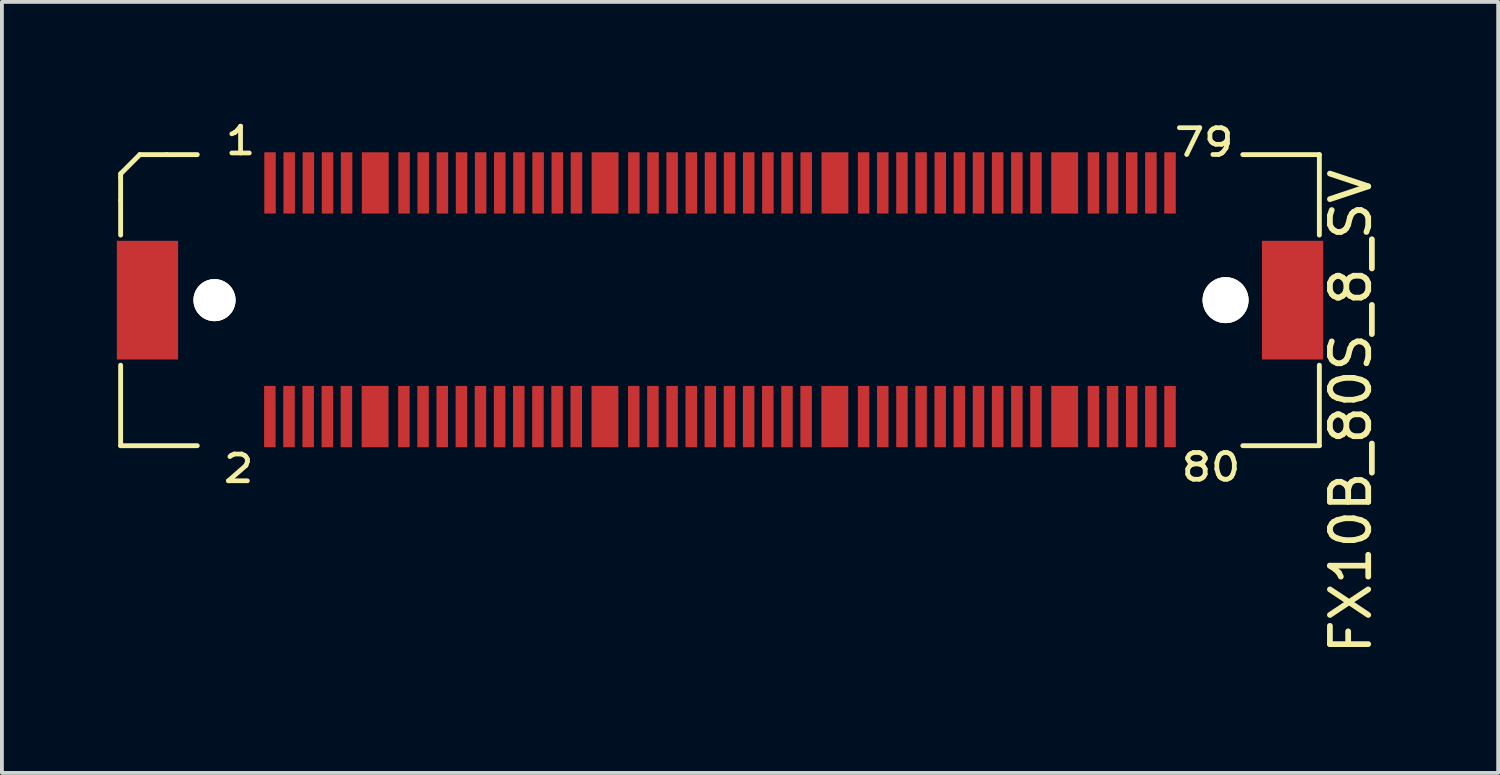
<source format=kicad_pcb>
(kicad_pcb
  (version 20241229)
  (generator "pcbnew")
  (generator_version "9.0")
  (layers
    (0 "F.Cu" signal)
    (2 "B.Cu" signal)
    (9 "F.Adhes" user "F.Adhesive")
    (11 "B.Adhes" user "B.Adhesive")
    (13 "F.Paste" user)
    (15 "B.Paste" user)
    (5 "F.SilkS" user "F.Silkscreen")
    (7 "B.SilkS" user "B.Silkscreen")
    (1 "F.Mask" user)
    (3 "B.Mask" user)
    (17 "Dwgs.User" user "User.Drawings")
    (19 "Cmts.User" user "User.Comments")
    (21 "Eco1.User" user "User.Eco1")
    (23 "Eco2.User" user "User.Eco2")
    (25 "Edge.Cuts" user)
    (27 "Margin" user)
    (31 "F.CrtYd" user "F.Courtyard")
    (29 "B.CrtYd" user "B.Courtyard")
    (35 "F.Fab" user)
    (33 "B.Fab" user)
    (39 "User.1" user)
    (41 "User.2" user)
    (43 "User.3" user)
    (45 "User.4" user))
  (footprint "FX10B_80S_8_SV"
    (layer "F.Cu")
    (at 15.751 4.787)
    (property "Reference" "FX10B_80S_8_SV" (at 16.47 2.91 90) (layer "F.SilkS") (effects (font (size 1 1) (thickness 0.15))))
    (attr smd)
    (fp_line (start -15.651 -3.299) (end -15.651 -3.2) (stroke (width 0.127) (type solid)) (layer "F.SilkS"))
    (fp_line (start -15.651 -3.299) (end -15.151 -3.8) (stroke (width 0.127) (type solid)) (layer "F.SilkS"))
    (fp_line (start -15.651 -2.601) (end -15.651 -3.2) (stroke (width 0.127) (type solid)) (layer "F.SilkS"))
    (fp_line (start -15.651 -2.601) (end -15.651 -1.699) (stroke (width 0.127) (type solid)) (layer "F.SilkS"))
    (fp_line (start -15.651 1.699) (end -15.651 3.8) (stroke (width 0.127) (type solid)) (layer "F.SilkS"))
    (fp_line (start -15.651 3.8) (end -13.65 3.8) (stroke (width 0.127) (type solid)) (layer "F.SilkS"))
    (fp_line (start -14.45 -3.8) (end -15.151 -3.8) (stroke (width 0.127) (type solid)) (layer "F.SilkS"))
    (fp_line (start -13.65 -3.8) (end -14.45 -3.8) (stroke (width 0.127) (type solid)) (layer "F.SilkS"))
    (fp_line (start 15.649 -3.8) (end 13.65 -3.8) (stroke (width 0.127) (type solid)) (layer "F.SilkS"))
    (fp_line (start 15.649 -1.699) (end 15.649 -3.8) (stroke (width 0.127) (type solid)) (layer "F.SilkS"))
    (fp_line (start 15.649 1.699) (end 15.649 3.8) (stroke (width 0.127) (type solid)) (layer "F.SilkS"))
    (fp_line (start 15.649 3.8) (end 13.65 3.8) (stroke (width 0.127) (type solid)) (layer "F.SilkS"))
    (fp_text user "2" (at -12.57 4.4 0) (layer "F.SilkS") (effects (font (size 0.699 0.798) (thickness 0.124))))
    (fp_text user "1" (at -12.52 -4.16 0) (layer "F.SilkS") (effects (font (size 0.699 0.798) (thickness 0.124))))
    (fp_text user "80" (at 12.82 4.36 0) (layer "F.SilkS") (effects (font (size 0.699 0.798) (thickness 0.124))))
    (fp_text user "79" (at 12.64 -4.12 0) (layer "F.SilkS") (effects (font (size 0.699 0.798) (thickness 0.124))))
    (pad "1" smd rect (at -11.75 -3.061) (size 0.3 1.6) (layers "F.Cu" "F.Mask" "F.Paste"))
    (pad "2" smd rect (at -11.755 3.04) (size 0.3 1.6) (layers "F.Cu" "F.Mask" "F.Paste"))
    (pad "3" smd rect (at -11.25 -3.061) (size 0.3 1.6) (layers "F.Cu" "F.Mask" "F.Paste"))
    (pad "4" smd rect (at -11.255 3.04) (size 0.3 1.6) (layers "F.Cu" "F.Mask" "F.Paste"))
    (pad "5" smd rect (at -10.749 -3.061) (size 0.3 1.6) (layers "F.Cu" "F.Mask" "F.Paste"))
    (pad "6" smd rect (at -10.754 3.04) (size 0.3 1.6) (layers "F.Cu" "F.Mask" "F.Paste"))
    (pad "7" smd rect (at -10.249 -3.061) (size 0.3 1.6) (layers "F.Cu" "F.Mask" "F.Paste"))
    (pad "8" smd rect (at -10.254 3.04) (size 0.3 1.6) (layers "F.Cu" "F.Mask" "F.Paste"))
    (pad "9" smd rect (at -9.751 -3.061) (size 0.3 1.6) (layers "F.Cu" "F.Mask" "F.Paste"))
    (pad "10" smd rect (at -9.756 3.04) (size 0.3 1.6) (layers "F.Cu" "F.Mask" "F.Paste"))
    (pad "11" smd rect (at -8.25 -3.061) (size 0.3 1.6) (layers "F.Cu" "F.Mask" "F.Paste"))
    (pad "12" smd rect (at -8.255 3.04) (size 0.3 1.6) (layers "F.Cu" "F.Mask" "F.Paste"))
    (pad "13" smd rect (at -7.75 -3.061) (size 0.3 1.6) (layers "F.Cu" "F.Mask" "F.Paste"))
    (pad "14" smd rect (at -7.755 3.04) (size 0.3 1.6) (layers "F.Cu" "F.Mask" "F.Paste"))
    (pad "15" smd rect (at -7.249 -3.061) (size 0.3 1.6) (layers "F.Cu" "F.Mask" "F.Paste"))
    (pad "16" smd rect (at -7.254 3.04) (size 0.3 1.6) (layers "F.Cu" "F.Mask" "F.Paste"))
    (pad "17" smd rect (at -6.749 -3.061) (size 0.3 1.6) (layers "F.Cu" "F.Mask" "F.Paste"))
    (pad "18" smd rect (at -6.754 3.04) (size 0.3 1.6) (layers "F.Cu" "F.Mask" "F.Paste"))
    (pad "19" smd rect (at -6.251 -3.061) (size 0.3 1.6) (layers "F.Cu" "F.Mask" "F.Paste"))
    (pad "20" smd rect (at -6.256 3.04) (size 0.3 1.6) (layers "F.Cu" "F.Mask" "F.Paste"))
    (pad "21" smd rect (at -5.751 -3.061) (size 0.3 1.6) (layers "F.Cu" "F.Mask" "F.Paste"))
    (pad "22" smd rect (at -5.756 3.04) (size 0.3 1.6) (layers "F.Cu" "F.Mask" "F.Paste"))
    (pad "23" smd rect (at -5.25 -3.061) (size 0.3 1.6) (layers "F.Cu" "F.Mask" "F.Paste"))
    (pad "24" smd rect (at -5.255 3.04) (size 0.3 1.6) (layers "F.Cu" "F.Mask" "F.Paste"))
    (pad "25" smd rect (at -4.75 -3.061) (size 0.3 1.6) (layers "F.Cu" "F.Mask" "F.Paste"))
    (pad "26" smd rect (at -4.755 3.04) (size 0.3 1.6) (layers "F.Cu" "F.Mask" "F.Paste"))
    (pad "27" smd rect (at -4.249 -3.061) (size 0.3 1.6) (layers "F.Cu" "F.Mask" "F.Paste"))
    (pad "28" smd rect (at -4.255 3.04) (size 0.3 1.6) (layers "F.Cu" "F.Mask" "F.Paste"))
    (pad "29" smd rect (at -3.749 -3.061) (size 0.3 1.6) (layers "F.Cu" "F.Mask" "F.Paste"))
    (pad "30" smd rect (at -3.754 3.04) (size 0.3 1.6) (layers "F.Cu" "F.Mask" "F.Paste"))
    (pad "31" smd rect (at -2.25 -3.061) (size 0.3 1.6) (layers "F.Cu" "F.Mask" "F.Paste"))
    (pad "32" smd rect (at -2.253 3.04) (size 0.3 1.6) (layers "F.Cu" "F.Mask" "F.Paste"))
    (pad "33" smd rect (at -1.75 -3.061) (size 0.3 1.6) (layers "F.Cu" "F.Mask" "F.Paste"))
    (pad "34" smd rect (at -1.753 3.04) (size 0.3 1.6) (layers "F.Cu" "F.Mask" "F.Paste"))
    (pad "35" smd rect (at -1.25 -3.061) (size 0.3 1.6) (layers "F.Cu" "F.Mask" "F.Paste"))
    (pad "36" smd rect (at -1.252 3.04) (size 0.3 1.6) (layers "F.Cu" "F.Mask" "F.Paste"))
    (pad "37" smd rect (at -0.749 -3.061) (size 0.3 1.6) (layers "F.Cu" "F.Mask" "F.Paste"))
    (pad "38" smd rect (at -0.752 3.04) (size 0.3 1.6) (layers "F.Cu" "F.Mask" "F.Paste"))
    (pad "39" smd rect (at -0.249 -3.061) (size 0.3 1.6) (layers "F.Cu" "F.Mask" "F.Paste"))
    (pad "40" smd rect (at -0.254 3.04) (size 0.3 1.6) (layers "F.Cu" "F.Mask" "F.Paste"))
    (pad "41" smd rect (at 0.249 -3.061) (size 0.3 1.6) (layers "F.Cu" "F.Mask" "F.Paste"))
    (pad "42" smd rect (at 0.246 3.04) (size 0.3 1.6) (layers "F.Cu" "F.Mask" "F.Paste"))
    (pad "43" smd rect (at 0.749 -3.061) (size 0.3 1.6) (layers "F.Cu" "F.Mask" "F.Paste"))
    (pad "44" smd rect (at 0.747 3.04) (size 0.3 1.6) (layers "F.Cu" "F.Mask" "F.Paste"))
    (pad "45" smd rect (at 1.25 -3.061) (size 0.3 1.6) (layers "F.Cu" "F.Mask" "F.Paste"))
    (pad "46" smd rect (at 1.247 3.04) (size 0.3 1.6) (layers "F.Cu" "F.Mask" "F.Paste"))
    (pad "47" smd rect (at 1.75 -3.061) (size 0.3 1.6) (layers "F.Cu" "F.Mask" "F.Paste"))
    (pad "48" smd rect (at 1.748 3.04) (size 0.3 1.6) (layers "F.Cu" "F.Mask" "F.Paste"))
    (pad "49" smd rect (at 2.25 -3.061) (size 0.3 1.6) (layers "F.Cu" "F.Mask" "F.Paste"))
    (pad "50" smd rect (at 2.248 3.04) (size 0.3 1.6) (layers "F.Cu" "F.Mask" "F.Paste"))
    (pad "51" smd rect (at 3.749 -3.061) (size 0.3 1.6) (layers "F.Cu" "F.Mask" "F.Paste"))
    (pad "52" smd rect (at 3.749 3.04) (size 0.3 1.6) (layers "F.Cu" "F.Mask" "F.Paste"))
    (pad "53" smd rect (at 4.249 -3.061) (size 0.3 1.6) (layers "F.Cu" "F.Mask" "F.Paste"))
    (pad "54" smd rect (at 4.249 3.04) (size 0.3 1.6) (layers "F.Cu" "F.Mask" "F.Paste"))
    (pad "55" smd rect (at 4.75 -3.061) (size 0.3 1.6) (layers "F.Cu" "F.Mask" "F.Paste"))
    (pad "56" smd rect (at 4.75 3.04) (size 0.3 1.6) (layers "F.Cu" "F.Mask" "F.Paste"))
    (pad "57" smd rect (at 5.25 -3.061) (size 0.3 1.6) (layers "F.Cu" "F.Mask" "F.Paste"))
    (pad "58" smd rect (at 5.25 3.04) (size 0.3 1.6) (layers "F.Cu" "F.Mask" "F.Paste"))
    (pad "59" smd rect (at 5.751 -3.061) (size 0.3 1.6) (layers "F.Cu" "F.Mask" "F.Paste"))
    (pad "60" smd rect (at 5.748 3.04) (size 0.3 1.6) (layers "F.Cu" "F.Mask" "F.Paste"))
    (pad "61" smd rect (at 6.251 -3.061) (size 0.3 1.6) (layers "F.Cu" "F.Mask" "F.Paste"))
    (pad "62" smd rect (at 6.248 3.04) (size 0.3 1.6) (layers "F.Cu" "F.Mask" "F.Paste"))
    (pad "63" smd rect (at 6.749 -3.061) (size 0.3 1.6) (layers "F.Cu" "F.Mask" "F.Paste"))
    (pad "64" smd rect (at 6.749 3.04) (size 0.3 1.6) (layers "F.Cu" "F.Mask" "F.Paste"))
    (pad "65" smd rect (at 7.249 -3.061) (size 0.3 1.6) (layers "F.Cu" "F.Mask" "F.Paste"))
    (pad "66" smd rect (at 7.249 3.04) (size 0.3 1.6) (layers "F.Cu" "F.Mask" "F.Paste"))
    (pad "67" smd rect (at 7.75 -3.061) (size 0.3 1.6) (layers "F.Cu" "F.Mask" "F.Paste"))
    (pad "68" smd rect (at 7.75 3.04) (size 0.3 1.6) (layers "F.Cu" "F.Mask" "F.Paste"))
    (pad "69" smd rect (at 8.25 -3.061) (size 0.3 1.6) (layers "F.Cu" "F.Mask" "F.Paste"))
    (pad "70" smd rect (at 8.25 3.04) (size 0.3 1.6) (layers "F.Cu" "F.Mask" "F.Paste"))
    (pad "71" smd rect (at 9.751 -3.061) (size 0.3 1.6) (layers "F.Cu" "F.Mask" "F.Paste"))
    (pad "72" smd rect (at 9.751 3.04) (size 0.3 1.6) (layers "F.Cu" "F.Mask" "F.Paste"))
    (pad "73" smd rect (at 10.249 -3.061) (size 0.3 1.6) (layers "F.Cu" "F.Mask" "F.Paste"))
    (pad "74" smd rect (at 10.249 3.04) (size 0.3 1.6) (layers "F.Cu" "F.Mask" "F.Paste"))
    (pad "75" smd rect (at 10.749 -3.061) (size 0.3 1.6) (layers "F.Cu" "F.Mask" "F.Paste"))
    (pad "76" smd rect (at 10.749 3.04) (size 0.3 1.6) (layers "F.Cu" "F.Mask" "F.Paste"))
    (pad "77" smd rect (at 11.25 -3.061) (size 0.3 1.6) (layers "F.Cu" "F.Mask" "F.Paste"))
    (pad "78" smd rect (at 11.25 3.04) (size 0.3 1.6) (layers "F.Cu" "F.Mask" "F.Paste"))
    (pad "79" smd rect (at 11.75 -3.061) (size 0.3 1.6) (layers "F.Cu" "F.Mask" "F.Paste"))
    (pad "80" smd rect (at 11.75 3.04) (size 0.3 1.6) (layers "F.Cu" "F.Mask" "F.Paste"))
    (pad "81" smd rect (at -9.002 -3.061) (size 0.701 1.6) (layers "F.Cu" "F.Mask" "F.Paste"))
    (pad "82" smd rect (at -9.007 3.04) (size 0.701 1.6) (layers "F.Cu" "F.Mask" "F.Paste"))
    (pad "83" smd rect (at -3.002 -3.061) (size 0.701 1.6) (layers "F.Cu" "F.Mask" "F.Paste"))
    (pad "84" smd rect (at -3.005 3.04) (size 0.701 1.6) (layers "F.Cu" "F.Mask" "F.Paste"))
    (pad "85" smd rect (at 3 -3.061) (size 0.701 1.6) (layers "F.Cu" "F.Mask" "F.Paste"))
    (pad "86" smd rect (at 2.997 3.04) (size 0.701 1.6) (layers "F.Cu" "F.Mask" "F.Paste"))
    (pad "87" smd rect (at 8.999 -3.061) (size 0.701 1.6) (layers "F.Cu" "F.Mask" "F.Paste"))
    (pad "88" smd rect (at 8.999 3.04) (size 0.701 1.6) (layers "F.Cu" "F.Mask" "F.Paste"))
    (pad "89" thru_hole circle (at 13.2 0) (size 1.199 1.199) (drill 1.199) (layers "*.Cu" "F.SilkS"))
    (pad "89" smd rect (at 14.95 0) (size 1.6 3.099) (layers "F.Cu" "F.Mask" "F.Paste"))
    (pad "90" smd rect (at -14.95 0) (size 1.6 3.099) (layers "F.Cu" "F.Mask" "F.Paste"))
    (pad "90" thru_hole circle (at -13.2 0) (size 1.097 1.097) (drill 1.097) (layers "*.Cu" "F.SilkS")))
  (gr_rect
    (start -3 -3)
    (end 36.069 17.132)
    (stroke (width 0.1) (type default))
    (fill no)
    (layer "Edge.Cuts")))
</source>
